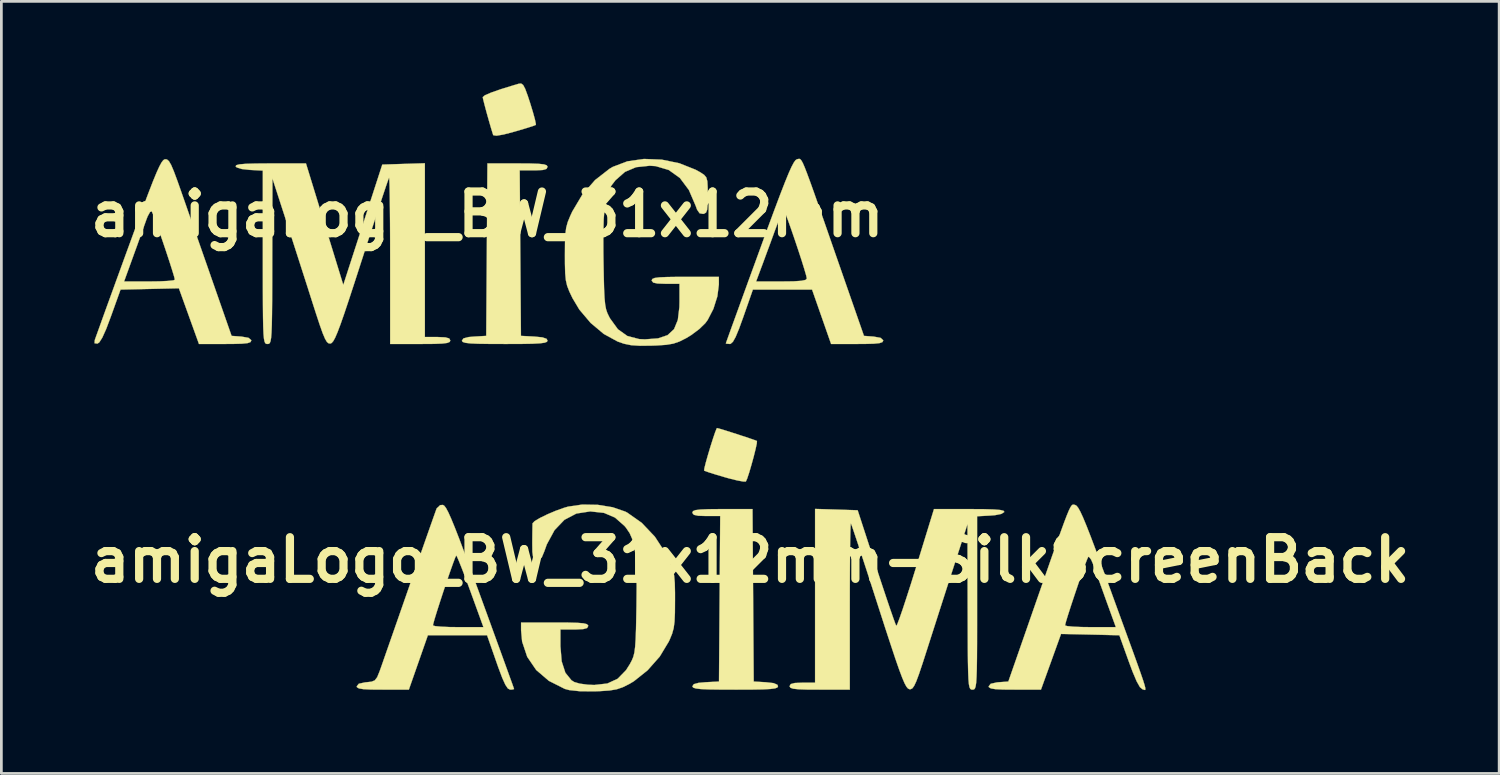
<source format=kicad_pcb>
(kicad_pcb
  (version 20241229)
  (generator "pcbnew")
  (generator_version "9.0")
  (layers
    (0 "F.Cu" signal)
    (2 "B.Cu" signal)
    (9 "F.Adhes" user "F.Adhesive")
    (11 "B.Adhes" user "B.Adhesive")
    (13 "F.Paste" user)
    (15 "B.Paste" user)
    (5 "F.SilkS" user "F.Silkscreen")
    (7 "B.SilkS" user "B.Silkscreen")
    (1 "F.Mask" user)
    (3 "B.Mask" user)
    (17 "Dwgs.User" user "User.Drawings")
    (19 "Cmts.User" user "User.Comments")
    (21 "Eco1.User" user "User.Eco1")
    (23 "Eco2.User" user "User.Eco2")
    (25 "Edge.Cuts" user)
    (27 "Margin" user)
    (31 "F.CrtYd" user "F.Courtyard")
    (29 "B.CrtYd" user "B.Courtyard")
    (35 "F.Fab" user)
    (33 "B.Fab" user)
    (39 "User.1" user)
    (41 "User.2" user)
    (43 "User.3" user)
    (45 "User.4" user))
  (footprint "amigaLogo_BW_31x12mm-SilkScreenBack"
    (layer "F.Cu")
    (at 24.391 17.433)
    (property "Reference" "amigaLogo_BW_31x12mm-SilkScreenBack" (at 0 0 0) (layer "F.SilkS") (effects (font (size 1.524 1.524) (thickness 0.3))))
    (attr exclude_from_pos_files exclude_from_bom)
    (fp_poly (pts (xy -1.121 -4.802) (xy -0.912 -4.739) (xy -0.635 -4.651) (xy -0.336 -4.554) (xy -0.06 -4.463) (xy 0.149 -4.391) (xy 0.244 -4.354) (xy 0.245 -4.353) (xy 0.239 -4.263) (xy 0.195 -4.058) (xy 0.126 -3.781) (xy 0.043 -3.479) (xy -0.04 -3.196) (xy -0.112 -2.979) (xy -0.16 -2.872) (xy -0.161 -2.871) (xy -0.26 -2.871) (xy -0.48 -2.912) (xy -0.783 -2.987) (xy -0.931 -3.029) (xy -1.257 -3.125) (xy -1.514 -3.206) (xy -1.665 -3.26) (xy -1.688 -3.271) (xy -1.677 -3.357) (xy -1.627 -3.559) (xy -1.549 -3.835) (xy -1.458 -4.141) (xy -1.365 -4.434) (xy -1.285 -4.671) (xy -1.23 -4.808) (xy -1.216 -4.826) (xy -1.121 -4.802)) (stroke (width 0.01) (type solid)) (fill yes) (layer "F.SilkS"))
    (fp_poly (pts (xy 0.105 1.291) (xy 0.127 4.445) (xy 0.572 4.471) (xy 0.855 4.503) (xy 0.993 4.563) (xy 1.016 4.619) (xy 0.992 4.663) (xy 0.906 4.695) (xy 0.737 4.717) (xy 0.464 4.732) (xy 0.066 4.739) (xy -0.478 4.741) (xy -0.55 4.741) (xy -1.112 4.739) (xy -1.526 4.733) (xy -1.812 4.72) (xy -1.992 4.698) (xy -2.086 4.667) (xy -2.116 4.625) (xy -2.117 4.619) (xy -2.064 4.541) (xy -1.89 4.493) (xy -1.63 4.47) (xy -1.143 4.445) (xy -1.121 1.418) (xy -1.099 -1.609) (xy -1.608 -1.609) (xy -1.903 -1.618) (xy -2.062 -1.653) (xy -2.116 -1.72) (xy -2.117 -1.736) (xy -2.092 -1.789) (xy -2.002 -1.825) (xy -1.821 -1.847) (xy -1.524 -1.859) (xy -1.086 -1.863) (xy -1.017 -1.863) (xy 0.083 -1.863) (xy 0.105 1.291)) (stroke (width 0.01) (type solid)) (fill yes) (layer "F.SilkS"))
    (fp_poly (pts (xy 11.856 -2.02) (xy 11.88 -2.015) (xy 11.931 -1.988) (xy 11.993 -1.912) (xy 12.071 -1.773) (xy 12.171 -1.558) (xy 12.298 -1.252) (xy 12.458 -0.843) (xy 12.657 -0.316) (xy 12.9 0.342) (xy 13.194 1.144) (xy 13.224 1.228) (xy 13.532 2.074) (xy 13.787 2.774) (xy 13.994 3.342) (xy 14.156 3.792) (xy 14.278 4.136) (xy 14.365 4.389) (xy 14.42 4.563) (xy 14.448 4.673) (xy 14.453 4.732) (xy 14.44 4.753) (xy 14.413 4.75) (xy 14.377 4.737) (xy 14.347 4.728) (xy 14.253 4.649) (xy 14.134 4.439) (xy 13.984 4.084) (xy 13.85 3.725) (xy 13.501 2.752) (xy 11.368 2.704) (xy 11.001 3.723) (xy 10.633 4.741) (xy 9.677 4.741) (xy 9.251 4.738) (xy 8.968 4.724) (xy 8.804 4.697) (xy 8.731 4.654) (xy 8.721 4.619) (xy 8.795 4.527) (xy 9.024 4.476) (xy 9.081 4.471) (xy 9.44 4.445) (xy 10.156 2.392) (xy 11.515 2.392) (xy 11.594 2.417) (xy 11.808 2.438) (xy 12.123 2.451) (xy 12.443 2.455) (xy 13.372 2.455) (xy 13.027 1.503) (xy 12.878 1.088) (xy 12.736 0.694) (xy 12.619 0.368) (xy 12.554 0.184) (xy 12.467 -0.017) (xy 12.389 -0.115) (xy 12.362 -0.113) (xy 12.317 -0.015) (xy 12.232 0.21) (xy 12.119 0.525) (xy 11.99 0.898) (xy 11.857 1.292) (xy 11.731 1.672) (xy 11.624 2.005) (xy 11.548 2.254) (xy 11.515 2.385) (xy 11.515 2.392) (xy 10.156 2.392) (xy 10.178 2.328) (xy 10.508 1.381) (xy 10.787 0.581) (xy 11.019 -0.084) (xy 11.21 -0.627) (xy 11.365 -1.058) (xy 11.487 -1.392) (xy 11.582 -1.64) (xy 11.655 -1.815) (xy 11.711 -1.929) (xy 11.754 -1.994) (xy 11.789 -2.022) (xy 11.822 -2.027) (xy 11.856 -2.02)) (stroke (width 0.01) (type solid)) (fill yes) (layer "F.SilkS"))
    (fp_poly (pts (xy -11.191 -1.985) (xy -11.127 -1.9) (xy -11.045 -1.747) (xy -10.939 -1.512) (xy -10.804 -1.184) (xy -10.634 -0.748) (xy -10.425 -0.192) (xy -10.17 0.497) (xy -9.865 1.333) (xy -9.857 1.355) (xy -9.597 2.068) (xy -9.357 2.73) (xy -9.141 3.324) (xy -8.956 3.835) (xy -8.808 4.245) (xy -8.702 4.537) (xy -8.646 4.696) (xy -8.638 4.72) (xy -8.706 4.738) (xy -8.784 4.741) (xy -8.864 4.7) (xy -8.956 4.565) (xy -9.069 4.316) (xy -9.214 3.931) (xy -9.279 3.746) (xy -9.626 2.752) (xy -11.791 2.752) (xy -12.139 3.747) (xy -12.487 4.741) (xy -13.44 4.741) (xy -13.866 4.738) (xy -14.147 4.724) (xy -14.311 4.697) (xy -14.384 4.654) (xy -14.393 4.619) (xy -14.317 4.525) (xy -14.084 4.475) (xy -14.04 4.471) (xy -13.853 4.451) (xy -13.733 4.402) (xy -13.645 4.287) (xy -13.556 4.068) (xy -13.494 3.895) (xy -13.418 3.677) (xy -13.295 3.324) (xy -13.133 2.861) (xy -12.969 2.392) (xy -11.605 2.392) (xy -11.524 2.418) (xy -11.308 2.438) (xy -10.992 2.452) (xy -10.679 2.455) (xy -9.759 2.455) (xy -10.235 1.143) (xy -10.396 0.706) (xy -10.539 0.331) (xy -10.653 0.045) (xy -10.728 -0.128) (xy -10.753 -0.166) (xy -10.791 -0.09) (xy -10.868 0.115) (xy -10.975 0.415) (xy -11.099 0.776) (xy -11.23 1.167) (xy -11.356 1.553) (xy -11.467 1.901) (xy -11.552 2.179) (xy -11.599 2.353) (xy -11.605 2.392) (xy -12.969 2.392) (xy -12.941 2.312) (xy -12.729 1.704) (xy -12.504 1.059) (xy -12.415 0.804) (xy -12.196 0.177) (xy -11.993 -0.404) (xy -11.813 -0.918) (xy -11.663 -1.344) (xy -11.551 -1.661) (xy -11.484 -1.849) (xy -11.469 -1.888) (xy -11.343 -2.007) (xy -11.241 -2.015) (xy -11.191 -1.985)) (stroke (width 0.01) (type solid)) (fill yes) (layer "F.SilkS"))
    (fp_poly (pts (xy 3.15 -1.845) (xy 3.929 -1.82) (xy 4.61 0.271) (xy 4.796 0.836) (xy 4.966 1.346) (xy 5.113 1.781) (xy 5.23 2.117) (xy 5.309 2.335) (xy 5.342 2.41) (xy 5.379 2.345) (xy 5.458 2.138) (xy 5.572 1.811) (xy 5.713 1.382) (xy 5.877 0.873) (xy 6.054 0.304) (xy 6.056 0.297) (xy 6.72 -1.863) (xy 8.024 -1.863) (xy 8.541 -1.86) (xy 8.908 -1.849) (xy 9.144 -1.83) (xy 9.266 -1.8) (xy 9.293 -1.758) (xy 9.293 -1.757) (xy 9.189 -1.689) (xy 8.953 -1.64) (xy 8.777 -1.626) (xy 8.297 -1.6) (xy 8.297 1.571) (xy 8.297 2.386) (xy 8.296 3.048) (xy 8.293 3.573) (xy 8.287 3.977) (xy 8.277 4.274) (xy 8.264 4.483) (xy 8.244 4.618) (xy 8.219 4.695) (xy 8.187 4.731) (xy 8.147 4.741) (xy 8.128 4.741) (xy 8.084 4.737) (xy 8.048 4.713) (xy 8.019 4.652) (xy 7.997 4.54) (xy 7.981 4.358) (xy 7.97 4.092) (xy 7.962 3.724) (xy 7.957 3.238) (xy 7.955 2.618) (xy 7.953 1.847) (xy 7.952 1.714) (xy 7.946 -1.312) (xy 7.451 0.212) (xy 7.247 0.842) (xy 7.016 1.559) (xy 6.781 2.292) (xy 6.564 2.968) (xy 6.476 3.243) (xy 6.305 3.775) (xy 6.174 4.165) (xy 6.074 4.434) (xy 5.995 4.603) (xy 5.929 4.694) (xy 5.866 4.726) (xy 5.821 4.725) (xy 5.77 4.7) (xy 5.712 4.631) (xy 5.643 4.504) (xy 5.557 4.302) (xy 5.448 4.012) (xy 5.311 3.619) (xy 5.141 3.108) (xy 4.93 2.465) (xy 4.683 1.698) (xy 4.464 1.018) (xy 4.261 0.39) (xy 4.078 -0.168) (xy 3.923 -0.639) (xy 3.801 -1.003) (xy 3.719 -1.244) (xy 3.681 -1.342) (xy 3.68 -1.343) (xy 3.671 -1.271) (xy 3.663 -1.048) (xy 3.655 -0.693) (xy 3.649 -0.224) (xy 3.645 0.341) (xy 3.642 0.982) (xy 3.641 1.679) (xy 3.641 4.741) (xy 2.54 4.741) (xy 2.082 4.739) (xy 1.767 4.728) (xy 1.572 4.707) (xy 1.472 4.673) (xy 1.44 4.622) (xy 1.439 4.614) (xy 1.481 4.538) (xy 1.628 4.498) (xy 1.905 4.487) (xy 2.371 4.487) (xy 2.371 -1.869) (xy 3.15 -1.845)) (stroke (width 0.01) (type solid)) (fill yes) (layer "F.SilkS"))
    (fp_poly (pts (xy -5.578 -2.018) (xy -5.033 -1.93) (xy -4.569 -1.77) (xy -4.503 -1.736) (xy -3.968 -1.359) (xy -3.488 -0.852) (xy -3.097 -0.254) (xy -3.021 -0.104) (xy -2.906 0.149) (xy -2.829 0.36) (xy -2.783 0.574) (xy -2.76 0.837) (xy -2.752 1.195) (xy -2.752 1.482) (xy -2.755 1.929) (xy -2.769 2.251) (xy -2.801 2.492) (xy -2.858 2.697) (xy -2.946 2.911) (xy -2.979 2.982) (xy -3.31 3.531) (xy -3.754 4.033) (xy -4.259 4.436) (xy -4.422 4.533) (xy -4.663 4.653) (xy -4.887 4.729) (xy -5.151 4.773) (xy -5.509 4.797) (xy -5.673 4.803) (xy -6.216 4.801) (xy -6.618 4.758) (xy -6.783 4.714) (xy -7.367 4.419) (xy -7.829 4.023) (xy -8.158 3.54) (xy -8.344 2.985) (xy -8.382 2.569) (xy -8.382 2.286) (xy -7.154 2.286) (xy -6.667 2.288) (xy -6.324 2.297) (xy -6.104 2.315) (xy -5.981 2.344) (xy -5.931 2.388) (xy -5.927 2.413) (xy -5.966 2.487) (xy -6.104 2.526) (xy -6.373 2.54) (xy -6.435 2.54) (xy -6.943 2.54) (xy -6.943 3.154) (xy -6.897 3.708) (xy -6.762 4.124) (xy -6.539 4.399) (xy -6.435 4.464) (xy -6.235 4.522) (xy -5.941 4.561) (xy -5.706 4.571) (xy -5.226 4.517) (xy -4.848 4.342) (xy -4.541 4.026) (xy -4.403 3.807) (xy -4.331 3.672) (xy -4.277 3.54) (xy -4.238 3.386) (xy -4.211 3.181) (xy -4.192 2.9) (xy -4.178 2.516) (xy -4.168 2.002) (xy -4.162 1.693) (xy -4.155 0.957) (xy -4.163 0.368) (xy -4.188 -0.098) (xy -4.236 -0.463) (xy -4.308 -0.749) (xy -4.409 -0.979) (xy -4.541 -1.176) (xy -4.599 -1.246) (xy -4.947 -1.552) (xy -5.35 -1.724) (xy -5.849 -1.778) (xy -5.853 -1.778) (xy -6.359 -1.7) (xy -6.796 -1.471) (xy -7.158 -1.093) (xy -7.441 -0.572) (xy -7.534 -0.313) (xy -7.624 -0.098) (xy -7.73 -0.017) (xy -7.807 -0.016) (xy -7.895 -0.046) (xy -7.946 -0.128) (xy -7.969 -0.298) (xy -7.973 -0.595) (xy -7.973 -0.656) (xy -7.97 -0.967) (xy -7.966 -1.21) (xy -7.963 -1.337) (xy -7.963 -1.341) (xy -7.887 -1.421) (xy -7.692 -1.538) (xy -7.42 -1.671) (xy -7.113 -1.801) (xy -6.812 -1.909) (xy -6.66 -1.953) (xy -6.142 -2.028) (xy -5.578 -2.018)) (stroke (width 0.01) (type solid)) (fill yes) (layer "F.SilkS")))
  (footprint "amigaLogo_BW_31x12mm"
    (layer "F.Cu")
    (at 14.776 4.79)
    (property "Reference" "amigaLogo_BW_31x12mm" (at 0 0 0) (layer "F.SilkS") (effects (font (size 1.524 1.524) (thickness 0.3))))
    (attr through_hole)
    (fp_poly (pts (xy 1.308 -4.732) (xy 1.383 -4.592) (xy 1.477 -4.337) (xy 1.566 -4.066) (xy 1.667 -3.734) (xy 1.74 -3.468) (xy 1.774 -3.304) (xy 1.772 -3.271) (xy 1.68 -3.235) (xy 1.463 -3.165) (xy 1.16 -3.074) (xy 0.989 -3.025) (xy 0.591 -2.92) (xy 0.339 -2.877) (xy 0.221 -2.893) (xy 0.21 -2.909) (xy 0.139 -3.139) (xy 0.054 -3.433) (xy -0.033 -3.743) (xy -0.107 -4.021) (xy -0.157 -4.22) (xy -0.169 -4.289) (xy -0.09 -4.355) (xy 0.139 -4.454) (xy 0.501 -4.58) (xy 0.981 -4.728) (xy 1.148 -4.777) (xy 1.235 -4.785) (xy 1.308 -4.732)) (stroke (width 0.01) (type solid)) (fill yes) (layer "F.SilkS"))
    (fp_poly (pts (xy 1.56 -1.86) (xy 1.874 -1.849) (xy 2.069 -1.828) (xy 2.169 -1.794) (xy 2.201 -1.744) (xy 2.201 -1.736) (xy 2.162 -1.662) (xy 2.024 -1.622) (xy 1.755 -1.609) (xy 1.692 -1.609) (xy 1.183 -1.609) (xy 1.205 1.418) (xy 1.228 4.445) (xy 1.714 4.47) (xy 2.011 4.499) (xy 2.164 4.551) (xy 2.201 4.619) (xy 2.177 4.663) (xy 2.092 4.695) (xy 1.924 4.717) (xy 1.651 4.732) (xy 1.255 4.739) (xy 0.712 4.741) (xy 0.635 4.741) (xy 0.073 4.739) (xy -0.34 4.733) (xy -0.627 4.72) (xy -0.807 4.698) (xy -0.901 4.667) (xy -0.931 4.624) (xy -0.931 4.619) (xy -0.874 4.537) (xy -0.686 4.488) (xy -0.487 4.471) (xy -0.042 4.445) (xy -0.02 1.291) (xy 0.002 -1.863) (xy 1.102 -1.863) (xy 1.56 -1.86)) (stroke (width 0.01) (type solid)) (fill yes) (layer "F.SilkS"))
    (fp_poly (pts (xy -11.72 -2.008) (xy -11.648 -1.947) (xy -11.567 -1.809) (xy -11.466 -1.571) (xy -11.332 -1.21) (xy -11.228 -0.915) (xy -11.086 -0.51) (xy -10.903 0.016) (xy -10.69 0.625) (xy -10.462 1.278) (xy -10.231 1.937) (xy -10.095 2.328) (xy -9.356 4.445) (xy -8.996 4.471) (xy -8.739 4.515) (xy -8.638 4.6) (xy -8.636 4.619) (xy -8.666 4.674) (xy -8.772 4.71) (xy -8.981 4.731) (xy -9.318 4.74) (xy -9.592 4.741) (xy -10.549 4.741) (xy -10.916 3.723) (xy -11.283 2.704) (xy -12.35 2.728) (xy -13.417 2.752) (xy -13.766 3.725) (xy -13.942 4.193) (xy -14.084 4.508) (xy -14.195 4.683) (xy -14.262 4.728) (xy -14.368 4.714) (xy -14.36 4.601) (xy -14.321 4.489) (xy -14.23 4.237) (xy -14.095 3.86) (xy -13.921 3.378) (xy -13.714 2.809) (xy -13.586 2.455) (xy -13.288 2.455) (xy -12.359 2.455) (xy -11.985 2.45) (xy -11.683 2.435) (xy -11.487 2.414) (xy -11.43 2.392) (xy -11.456 2.28) (xy -11.527 2.045) (xy -11.63 1.722) (xy -11.754 1.346) (xy -11.887 0.952) (xy -12.017 0.574) (xy -12.133 0.249) (xy -12.222 0.01) (xy -12.274 -0.108) (xy -12.277 -0.113) (xy -12.339 -0.084) (xy -12.424 0.068) (xy -12.469 0.184) (xy -12.551 0.413) (xy -12.672 0.752) (xy -12.816 1.153) (xy -12.943 1.503) (xy -13.288 2.455) (xy -13.586 2.455) (xy -13.482 2.17) (xy -13.231 1.478) (xy -13.139 1.228) (xy -12.841 0.411) (xy -12.593 -0.26) (xy -12.39 -0.798) (xy -12.227 -1.218) (xy -12.097 -1.533) (xy -11.995 -1.756) (xy -11.915 -1.902) (xy -11.852 -1.983) (xy -11.799 -2.014) (xy -11.795 -2.015) (xy -11.72 -2.008)) (stroke (width 0.01) (type solid)) (fill yes) (layer "F.SilkS"))
    (fp_poly (pts (xy 11.443 -2.018) (xy 11.483 -1.974) (xy 11.534 -1.885) (xy 11.599 -1.737) (xy 11.685 -1.517) (xy 11.798 -1.212) (xy 11.943 -0.808) (xy 12.124 -0.291) (xy 12.349 0.352) (xy 12.621 1.135) (xy 12.771 1.566) (xy 13.774 4.445) (xy 14.126 4.471) (xy 14.38 4.516) (xy 14.477 4.605) (xy 14.478 4.619) (xy 14.448 4.674) (xy 14.342 4.71) (xy 14.133 4.731) (xy 13.795 4.74) (xy 13.525 4.741) (xy 12.572 4.741) (xy 12.224 3.747) (xy 11.876 2.752) (xy 9.711 2.752) (xy 9.364 3.746) (xy 9.204 4.187) (xy 9.08 4.485) (xy 8.981 4.661) (xy 8.898 4.735) (xy 8.869 4.741) (xy 8.744 4.731) (xy 8.722 4.72) (xy 8.751 4.639) (xy 8.831 4.415) (xy 8.957 4.065) (xy 9.124 3.606) (xy 9.324 3.053) (xy 9.541 2.455) (xy 9.829 2.455) (xy 10.756 2.455) (xy 11.194 2.45) (xy 11.481 2.431) (xy 11.638 2.398) (xy 11.685 2.349) (xy 11.66 2.232) (xy 11.591 1.996) (xy 11.491 1.675) (xy 11.37 1.304) (xy 11.239 0.914) (xy 11.111 0.54) (xy 10.995 0.214) (xy 10.903 -0.029) (xy 10.847 -0.156) (xy 10.837 -0.167) (xy 10.792 -0.093) (xy 10.705 0.106) (xy 10.591 0.396) (xy 10.509 0.614) (xy 10.358 1.029) (xy 10.2 1.456) (xy 10.065 1.823) (xy 10.026 1.926) (xy 9.829 2.455) (xy 9.541 2.455) (xy 9.552 2.425) (xy 9.803 1.737) (xy 9.942 1.355) (xy 10.247 0.517) (xy 10.503 -0.174) (xy 10.713 -0.732) (xy 10.883 -1.169) (xy 11.018 -1.5) (xy 11.124 -1.736) (xy 11.207 -1.892) (xy 11.271 -1.981) (xy 11.323 -2.015) (xy 11.328 -2.016) (xy 11.371 -2.025) (xy 11.408 -2.031) (xy 11.443 -2.018)) (stroke (width 0.01) (type solid)) (fill yes) (layer "F.SilkS"))
    (fp_poly (pts (xy -2.286 4.487) (xy -1.82 4.487) (xy -1.54 4.499) (xy -1.395 4.539) (xy -1.355 4.614) (xy -1.379 4.667) (xy -1.469 4.703) (xy -1.651 4.726) (xy -1.948 4.738) (xy -2.385 4.741) (xy -2.455 4.741) (xy -3.556 4.741) (xy -3.556 1.679) (xy -3.557 0.98) (xy -3.56 0.339) (xy -3.565 -0.225) (xy -3.571 -0.694) (xy -3.578 -1.049) (xy -3.586 -1.272) (xy -3.595 -1.344) (xy -3.629 -1.257) (xy -3.709 -1.027) (xy -3.828 -0.671) (xy -3.981 -0.209) (xy -4.162 0.343) (xy -4.365 0.966) (xy -4.583 1.643) (xy -4.601 1.697) (xy -4.856 2.486) (xy -5.066 3.127) (xy -5.236 3.635) (xy -5.373 4.026) (xy -5.482 4.314) (xy -5.568 4.513) (xy -5.637 4.638) (xy -5.694 4.704) (xy -5.739 4.725) (xy -5.805 4.719) (xy -5.868 4.668) (xy -5.938 4.549) (xy -6.025 4.343) (xy -6.136 4.029) (xy -6.282 3.586) (xy -6.392 3.243) (xy -6.591 2.618) (xy -6.821 1.903) (xy -7.057 1.169) (xy -7.276 0.49) (xy -7.366 0.212) (xy -7.861 -1.312) (xy -7.868 1.714) (xy -7.869 2.51) (xy -7.872 3.152) (xy -7.877 3.657) (xy -7.884 4.042) (xy -7.895 4.323) (xy -7.91 4.517) (xy -7.931 4.639) (xy -7.958 4.706) (xy -7.993 4.735) (xy -8.036 4.741) (xy -8.043 4.741) (xy -8.087 4.737) (xy -8.122 4.714) (xy -8.15 4.655) (xy -8.172 4.546) (xy -8.188 4.37) (xy -8.199 4.11) (xy -8.206 3.752) (xy -8.21 3.279) (xy -8.212 2.675) (xy -8.213 1.924) (xy -8.213 1.571) (xy -8.213 -1.6) (xy -8.693 -1.626) (xy -8.988 -1.659) (xy -9.169 -1.717) (xy -9.208 -1.757) (xy -9.183 -1.799) (xy -9.065 -1.829) (xy -8.834 -1.849) (xy -8.471 -1.859) (xy -7.959 -1.863) (xy -7.939 -1.863) (xy -6.635 -1.863) (xy -5.27 2.582) (xy -4.557 0.381) (xy -3.844 -1.82) (xy -3.065 -1.845) (xy -2.286 -1.869) (xy -2.286 4.487)) (stroke (width 0.01) (type solid)) (fill yes) (layer "F.SilkS"))
    (fp_poly (pts (xy 6.377 -2.001) (xy 7.021 -1.869) (xy 7.619 -1.631) (xy 7.797 -1.532) (xy 7.929 -1.444) (xy 8.007 -1.351) (xy 8.046 -1.209) (xy 8.059 -0.973) (xy 8.061 -0.707) (xy 8.057 -0.372) (xy 8.039 -0.17) (xy 7.998 -0.065) (xy 7.926 -0.023) (xy 7.891 -0.016) (xy 7.763 -0.038) (xy 7.669 -0.175) (xy 7.619 -0.313) (xy 7.37 -0.892) (xy 7.041 -1.331) (xy 6.634 -1.623) (xy 6.157 -1.764) (xy 5.938 -1.778) (xy 5.438 -1.725) (xy 5.034 -1.554) (xy 4.686 -1.248) (xy 4.684 -1.246) (xy 4.539 -1.056) (xy 4.427 -0.841) (xy 4.344 -0.578) (xy 4.288 -0.245) (xy 4.255 0.18) (xy 4.241 0.721) (xy 4.243 1.4) (xy 4.247 1.693) (xy 4.258 2.281) (xy 4.269 2.725) (xy 4.285 3.054) (xy 4.308 3.293) (xy 4.341 3.469) (xy 4.387 3.608) (xy 4.45 3.738) (xy 4.487 3.807) (xy 4.775 4.204) (xy 5.121 4.45) (xy 5.551 4.562) (xy 5.764 4.572) (xy 6.243 4.536) (xy 6.592 4.418) (xy 6.828 4.199) (xy 6.966 3.863) (xy 7.023 3.392) (xy 7.027 3.196) (xy 7.027 2.54) (xy 6.519 2.54) (xy 6.224 2.53) (xy 6.066 2.496) (xy 6.012 2.428) (xy 6.011 2.413) (xy 6.035 2.363) (xy 6.121 2.327) (xy 6.293 2.304) (xy 6.576 2.292) (xy 6.994 2.286) (xy 7.239 2.286) (xy 8.467 2.286) (xy 8.467 2.567) (xy 8.412 3) (xy 8.267 3.458) (xy 8.059 3.861) (xy 7.97 3.982) (xy 7.752 4.194) (xy 7.459 4.413) (xy 7.269 4.529) (xy 7.026 4.651) (xy 6.803 4.728) (xy 6.542 4.772) (xy 6.19 4.796) (xy 6.011 4.802) (xy 5.58 4.807) (xy 5.26 4.786) (xy 4.996 4.732) (xy 4.763 4.651) (xy 4.258 4.375) (xy 3.778 3.972) (xy 3.364 3.483) (xy 3.114 3.065) (xy 2.996 2.817) (xy 2.917 2.612) (xy 2.87 2.406) (xy 2.846 2.153) (xy 2.837 1.807) (xy 2.836 1.484) (xy 2.839 1.044) (xy 2.852 0.727) (xy 2.883 0.489) (xy 2.939 0.282) (xy 3.03 0.061) (xy 3.106 -0.104) (xy 3.473 -0.721) (xy 3.939 -1.254) (xy 4.469 -1.667) (xy 4.591 -1.738) (xy 5.12 -1.939) (xy 5.729 -2.026) (xy 6.377 -2.001)) (stroke (width 0.01) (type solid)) (fill yes) (layer "F.SilkS")))
  (gr_rect
    (start -3 -3)
    (end 51.783 25.24)
    (stroke (width 0.1) (type default))
    (fill no)
    (layer "Edge.Cuts")))
</source>
